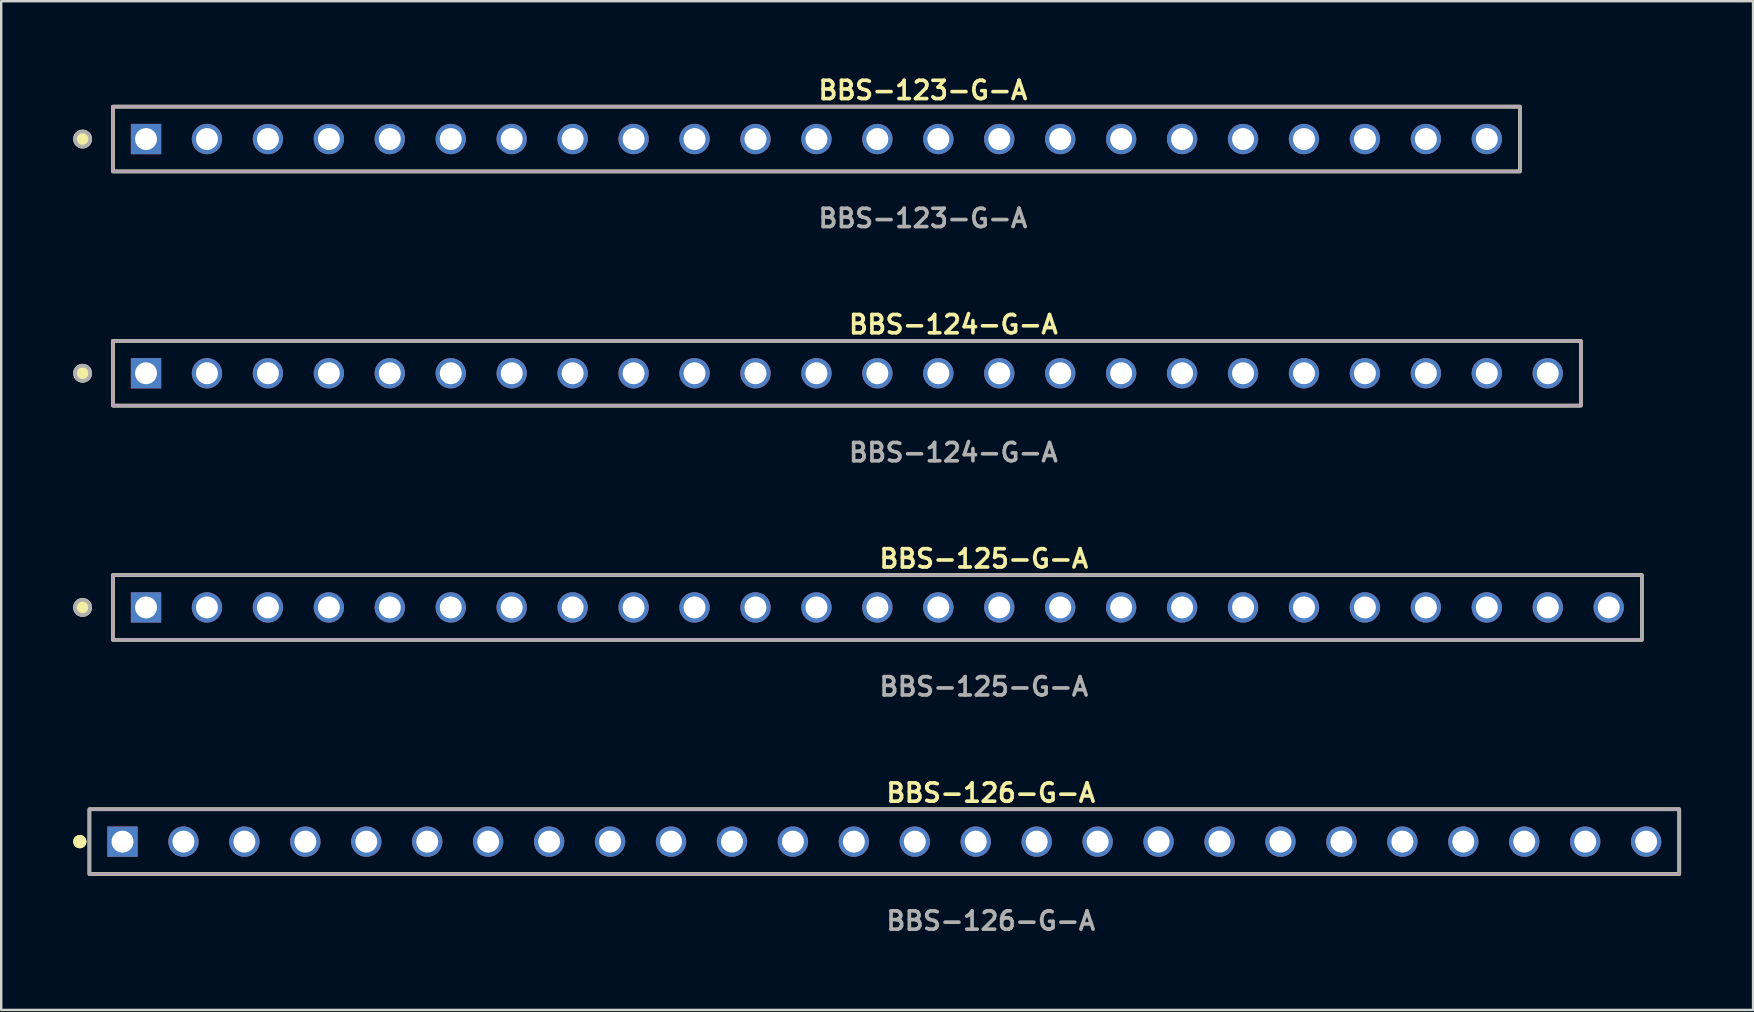
<source format=kicad_pcb>
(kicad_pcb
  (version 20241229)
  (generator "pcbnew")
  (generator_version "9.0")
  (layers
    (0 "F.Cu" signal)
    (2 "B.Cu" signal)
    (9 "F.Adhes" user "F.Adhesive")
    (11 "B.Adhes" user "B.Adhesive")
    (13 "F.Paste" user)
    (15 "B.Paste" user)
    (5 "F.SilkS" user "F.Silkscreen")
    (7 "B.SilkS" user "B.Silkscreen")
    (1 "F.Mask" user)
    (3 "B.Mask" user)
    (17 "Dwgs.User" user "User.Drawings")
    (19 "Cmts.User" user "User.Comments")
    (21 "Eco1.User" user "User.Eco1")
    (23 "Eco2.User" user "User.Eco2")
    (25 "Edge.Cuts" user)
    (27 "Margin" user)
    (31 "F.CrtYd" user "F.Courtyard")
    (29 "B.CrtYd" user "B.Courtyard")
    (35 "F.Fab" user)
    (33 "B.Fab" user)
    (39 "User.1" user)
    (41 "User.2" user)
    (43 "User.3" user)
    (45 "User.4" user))
  (footprint "BBS-126-G-A"
    (layer "F.Cu")
    (at 33.806 32.027)
    (property "Reference" "BBS-126-G-A" (at 0 -2.032 0) (unlocked yes) (layer "F.SilkS") (effects (font (size 0.762 0.762) (thickness 0.152)) (justify left)))
    (fp_rect (start -33.13 1.35) (end 33.13 -1.35) (stroke (width 0.152) (type solid)) (fill no) (layer "F.SilkS"))
    (fp_circle (center -33.53 0) (end -33.73 0) (stroke (width 0.152) (type solid)) (fill yes) (layer "F.SilkS"))
    (fp_circle (center -33.53 0) (end -33.73 0) (stroke (width 0.152) (type solid)) (fill yes) (layer "F.SilkS"))
    (fp_rect (start -33.13 1.35) (end 33.13 -1.35) (stroke (width 0.006) (type solid)) (fill no) (layer "F.CrtYd"))
    (fp_rect (start -33.13 1.35) (end 33.13 -1.35) (stroke (width 0.152) (type solid)) (fill no) (layer "F.Fab"))
    (fp_text user "${REFERENCE}" (at 0 3.302 0) (unlocked yes) (layer "F.Fab") (effects (font (size 0.762 0.762) (thickness 0.152)) (justify left)))
    (pad "1" thru_hole rect (at -31.75 0) (size 1.264 1.264) (drill 0.914) (layers "*.Cu" "*.Mask"))
    (pad "2" thru_hole circle (at -29.21 0) (size 1.264 1.264) (drill 0.914) (layers "*.Cu" "*.Mask"))
    (pad "3" thru_hole circle (at -26.67 0) (size 1.264 1.264) (drill 0.914) (layers "*.Cu" "*.Mask"))
    (pad "4" thru_hole circle (at -24.13 0) (size 1.264 1.264) (drill 0.914) (layers "*.Cu" "*.Mask"))
    (pad "5" thru_hole circle (at -21.59 0) (size 1.264 1.264) (drill 0.914) (layers "*.Cu" "*.Mask"))
    (pad "6" thru_hole circle (at -19.05 0) (size 1.264 1.264) (drill 0.914) (layers "*.Cu" "*.Mask"))
    (pad "7" thru_hole circle (at -16.51 0) (size 1.264 1.264) (drill 0.914) (layers "*.Cu" "*.Mask"))
    (pad "8" thru_hole circle (at -13.97 0) (size 1.264 1.264) (drill 0.914) (layers "*.Cu" "*.Mask"))
    (pad "9" thru_hole circle (at -11.43 0) (size 1.264 1.264) (drill 0.914) (layers "*.Cu" "*.Mask"))
    (pad "10" thru_hole circle (at -8.89 0) (size 1.264 1.264) (drill 0.914) (layers "*.Cu" "*.Mask"))
    (pad "11" thru_hole circle (at -6.35 0) (size 1.264 1.264) (drill 0.914) (layers "*.Cu" "*.Mask"))
    (pad "12" thru_hole circle (at -3.81 0) (size 1.264 1.264) (drill 0.914) (layers "*.Cu" "*.Mask"))
    (pad "13" thru_hole circle (at -1.27 0) (size 1.264 1.264) (drill 0.914) (layers "*.Cu" "*.Mask"))
    (pad "14" thru_hole circle (at 1.27 0) (size 1.264 1.264) (drill 0.914) (layers "*.Cu" "*.Mask"))
    (pad "15" thru_hole circle (at 3.81 0) (size 1.264 1.264) (drill 0.914) (layers "*.Cu" "*.Mask"))
    (pad "16" thru_hole circle (at 6.35 0) (size 1.264 1.264) (drill 0.914) (layers "*.Cu" "*.Mask"))
    (pad "17" thru_hole circle (at 8.89 0) (size 1.264 1.264) (drill 0.914) (layers "*.Cu" "*.Mask"))
    (pad "18" thru_hole circle (at 11.43 0) (size 1.264 1.264) (drill 0.914) (layers "*.Cu" "*.Mask"))
    (pad "19" thru_hole circle (at 13.97 0) (size 1.264 1.264) (drill 0.914) (layers "*.Cu" "*.Mask"))
    (pad "20" thru_hole circle (at 16.51 0) (size 1.264 1.264) (drill 0.914) (layers "*.Cu" "*.Mask"))
    (pad "21" thru_hole circle (at 19.05 0) (size 1.264 1.264) (drill 0.914) (layers "*.Cu" "*.Mask"))
    (pad "22" thru_hole circle (at 21.59 0) (size 1.264 1.264) (drill 0.914) (layers "*.Cu" "*.Mask"))
    (pad "23" thru_hole circle (at 24.13 0) (size 1.264 1.264) (drill 0.914) (layers "*.Cu" "*.Mask"))
    (pad "24" thru_hole circle (at 26.67 0) (size 1.264 1.264) (drill 0.914) (layers "*.Cu" "*.Mask"))
    (pad "25" thru_hole circle (at 29.21 0) (size 1.264 1.264) (drill 0.914) (layers "*.Cu" "*.Mask"))
    (pad "26" thru_hole circle (at 31.75 0) (size 1.264 1.264) (drill 0.914) (layers "*.Cu" "*.Mask")))
  (footprint "BBS-125-G-A"
    (layer "F.Cu")
    (at 33.516 22.266)
    (property "Reference" "BBS-125-G-A" (at 0 -2.032 0) (unlocked yes) (layer "F.SilkS") (effects (font (size 0.762 0.762) (thickness 0.152)) (justify left)))
    (fp_rect (start -31.86 1.35) (end 31.86 -1.35) (stroke (width 0.152) (type solid)) (fill no) (layer "F.SilkS"))
    (fp_circle (center -33.124 0) (end -33.44 0) (stroke (width 0.152) (type solid)) (fill yes) (layer "F.SilkS"))
    (fp_rect (start -31.86 1.35) (end 31.86 -1.35) (stroke (width 0.006) (type solid)) (fill no) (layer "F.CrtYd"))
    (fp_rect (start -31.86 1.35) (end 31.86 -1.35) (stroke (width 0.152) (type solid)) (fill no) (layer "F.Fab"))
    (fp_circle (center -33.124 0) (end -33.44 0) (stroke (width 0.152) (type solid)) (fill no) (layer "F.Fab"))
    (fp_text user "${REFERENCE}" (at 0 3.302 0) (unlocked yes) (layer "F.Fab") (effects (font (size 0.762 0.762) (thickness 0.152)) (justify left)))
    (pad "1" thru_hole rect (at -30.48 0) (size 1.264 1.264) (drill 0.914) (layers "*.Cu" "*.Mask"))
    (pad "2" thru_hole circle (at -27.94 0) (size 1.264 1.264) (drill 0.914) (layers "*.Cu" "*.Mask"))
    (pad "3" thru_hole circle (at -25.4 0) (size 1.264 1.264) (drill 0.914) (layers "*.Cu" "*.Mask"))
    (pad "4" thru_hole circle (at -22.86 0) (size 1.264 1.264) (drill 0.914) (layers "*.Cu" "*.Mask"))
    (pad "5" thru_hole circle (at -20.32 0) (size 1.264 1.264) (drill 0.914) (layers "*.Cu" "*.Mask"))
    (pad "6" thru_hole circle (at -17.78 0) (size 1.264 1.264) (drill 0.914) (layers "*.Cu" "*.Mask"))
    (pad "7" thru_hole circle (at -15.24 0) (size 1.264 1.264) (drill 0.914) (layers "*.Cu" "*.Mask"))
    (pad "8" thru_hole circle (at -12.7 0) (size 1.264 1.264) (drill 0.914) (layers "*.Cu" "*.Mask"))
    (pad "9" thru_hole circle (at -10.16 0) (size 1.264 1.264) (drill 0.914) (layers "*.Cu" "*.Mask"))
    (pad "10" thru_hole circle (at -7.62 0) (size 1.264 1.264) (drill 0.914) (layers "*.Cu" "*.Mask"))
    (pad "11" thru_hole circle (at -5.08 0) (size 1.264 1.264) (drill 0.914) (layers "*.Cu" "*.Mask"))
    (pad "12" thru_hole circle (at -2.54 0) (size 1.264 1.264) (drill 0.914) (layers "*.Cu" "*.Mask"))
    (pad "13" thru_hole circle (at 0 0) (size 1.264 1.264) (drill 0.914) (layers "*.Cu" "*.Mask"))
    (pad "14" thru_hole circle (at 2.54 0) (size 1.264 1.264) (drill 0.914) (layers "*.Cu" "*.Mask"))
    (pad "15" thru_hole circle (at 5.08 0) (size 1.264 1.264) (drill 0.914) (layers "*.Cu" "*.Mask"))
    (pad "16" thru_hole circle (at 7.62 0) (size 1.264 1.264) (drill 0.914) (layers "*.Cu" "*.Mask"))
    (pad "17" thru_hole circle (at 10.16 0) (size 1.264 1.264) (drill 0.914) (layers "*.Cu" "*.Mask"))
    (pad "18" thru_hole circle (at 12.7 0) (size 1.264 1.264) (drill 0.914) (layers "*.Cu" "*.Mask"))
    (pad "19" thru_hole circle (at 15.24 0) (size 1.264 1.264) (drill 0.914) (layers "*.Cu" "*.Mask"))
    (pad "20" thru_hole circle (at 17.78 0) (size 1.264 1.264) (drill 0.914) (layers "*.Cu" "*.Mask"))
    (pad "21" thru_hole circle (at 20.32 0) (size 1.264 1.264) (drill 0.914) (layers "*.Cu" "*.Mask"))
    (pad "22" thru_hole circle (at 22.86 0) (size 1.264 1.264) (drill 0.914) (layers "*.Cu" "*.Mask"))
    (pad "23" thru_hole circle (at 25.4 0) (size 1.264 1.264) (drill 0.914) (layers "*.Cu" "*.Mask"))
    (pad "24" thru_hole circle (at 27.94 0) (size 1.264 1.264) (drill 0.914) (layers "*.Cu" "*.Mask"))
    (pad "25" thru_hole circle (at 30.48 0) (size 1.264 1.264) (drill 0.914) (layers "*.Cu" "*.Mask")))
  (footprint "BBS-123-G-A"
    (layer "F.Cu")
    (at 30.976 2.745)
    (property "Reference" "BBS-123-G-A" (at 0 -2.032 0) (unlocked yes) (layer "F.SilkS") (effects (font (size 0.762 0.762) (thickness 0.152)) (justify left)))
    (fp_rect (start -29.32 1.35) (end 29.32 -1.35) (stroke (width 0.152) (type solid)) (fill no) (layer "F.SilkS"))
    (fp_circle (center -30.584 0) (end -30.9 0) (stroke (width 0.152) (type solid)) (fill yes) (layer "F.SilkS"))
    (fp_rect (start -29.32 1.35) (end 29.32 -1.35) (stroke (width 0.006) (type solid)) (fill no) (layer "F.CrtYd"))
    (fp_rect (start -29.32 1.35) (end 29.32 -1.35) (stroke (width 0.152) (type solid)) (fill no) (layer "F.Fab"))
    (fp_circle (center -30.584 0) (end -30.9 0) (stroke (width 0.152) (type solid)) (fill no) (layer "F.Fab"))
    (fp_text user "${REFERENCE}" (at 0 3.302 0) (unlocked yes) (layer "F.Fab") (effects (font (size 0.762 0.762) (thickness 0.152)) (justify left)))
    (pad "1" thru_hole rect (at -27.94 0) (size 1.264 1.264) (drill 0.914) (layers "*.Cu" "*.Mask"))
    (pad "2" thru_hole circle (at -25.4 0) (size 1.264 1.264) (drill 0.914) (layers "*.Cu" "*.Mask"))
    (pad "3" thru_hole circle (at -22.86 0) (size 1.264 1.264) (drill 0.914) (layers "*.Cu" "*.Mask"))
    (pad "4" thru_hole circle (at -20.32 0) (size 1.264 1.264) (drill 0.914) (layers "*.Cu" "*.Mask"))
    (pad "5" thru_hole circle (at -17.78 0) (size 1.264 1.264) (drill 0.914) (layers "*.Cu" "*.Mask"))
    (pad "6" thru_hole circle (at -15.24 0) (size 1.264 1.264) (drill 0.914) (layers "*.Cu" "*.Mask"))
    (pad "7" thru_hole circle (at -12.7 0) (size 1.264 1.264) (drill 0.914) (layers "*.Cu" "*.Mask"))
    (pad "8" thru_hole circle (at -10.16 0) (size 1.264 1.264) (drill 0.914) (layers "*.Cu" "*.Mask"))
    (pad "9" thru_hole circle (at -7.62 0) (size 1.264 1.264) (drill 0.914) (layers "*.Cu" "*.Mask"))
    (pad "10" thru_hole circle (at -5.08 0) (size 1.264 1.264) (drill 0.914) (layers "*.Cu" "*.Mask"))
    (pad "11" thru_hole circle (at -2.54 0) (size 1.264 1.264) (drill 0.914) (layers "*.Cu" "*.Mask"))
    (pad "12" thru_hole circle (at 0 0) (size 1.264 1.264) (drill 0.914) (layers "*.Cu" "*.Mask"))
    (pad "13" thru_hole circle (at 2.54 0) (size 1.264 1.264) (drill 0.914) (layers "*.Cu" "*.Mask"))
    (pad "14" thru_hole circle (at 5.08 0) (size 1.264 1.264) (drill 0.914) (layers "*.Cu" "*.Mask"))
    (pad "15" thru_hole circle (at 7.62 0) (size 1.264 1.264) (drill 0.914) (layers "*.Cu" "*.Mask"))
    (pad "16" thru_hole circle (at 10.16 0) (size 1.264 1.264) (drill 0.914) (layers "*.Cu" "*.Mask"))
    (pad "17" thru_hole circle (at 12.7 0) (size 1.264 1.264) (drill 0.914) (layers "*.Cu" "*.Mask"))
    (pad "18" thru_hole circle (at 15.24 0) (size 1.264 1.264) (drill 0.914) (layers "*.Cu" "*.Mask"))
    (pad "19" thru_hole circle (at 17.78 0) (size 1.264 1.264) (drill 0.914) (layers "*.Cu" "*.Mask"))
    (pad "20" thru_hole circle (at 20.32 0) (size 1.264 1.264) (drill 0.914) (layers "*.Cu" "*.Mask"))
    (pad "21" thru_hole circle (at 22.86 0) (size 1.264 1.264) (drill 0.914) (layers "*.Cu" "*.Mask"))
    (pad "22" thru_hole circle (at 25.4 0) (size 1.264 1.264) (drill 0.914) (layers "*.Cu" "*.Mask"))
    (pad "23" thru_hole circle (at 27.94 0) (size 1.264 1.264) (drill 0.914) (layers "*.Cu" "*.Mask")))
  (footprint "BBS-124-G-A"
    (layer "F.Cu")
    (at 32.246 12.506)
    (property "Reference" "BBS-124-G-A" (at 0 -2.032 0) (unlocked yes) (layer "F.SilkS") (effects (font (size 0.762 0.762) (thickness 0.152)) (justify left)))
    (fp_rect (start -30.59 1.35) (end 30.59 -1.35) (stroke (width 0.152) (type solid)) (fill no) (layer "F.SilkS"))
    (fp_circle (center -31.854 0) (end -32.17 0) (stroke (width 0.152) (type solid)) (fill yes) (layer "F.SilkS"))
    (fp_rect (start -30.59 1.35) (end 30.59 -1.35) (stroke (width 0.006) (type solid)) (fill no) (layer "F.CrtYd"))
    (fp_rect (start -30.59 1.35) (end 30.59 -1.35) (stroke (width 0.152) (type solid)) (fill no) (layer "F.Fab"))
    (fp_circle (center -31.854 0) (end -32.17 0) (stroke (width 0.152) (type solid)) (fill no) (layer "F.Fab"))
    (fp_text user "${REFERENCE}" (at 0 3.302 0) (unlocked yes) (layer "F.Fab") (effects (font (size 0.762 0.762) (thickness 0.152)) (justify left)))
    (pad "1" thru_hole rect (at -29.21 0) (size 1.264 1.264) (drill 0.914) (layers "*.Cu" "*.Mask"))
    (pad "2" thru_hole circle (at -26.67 0) (size 1.264 1.264) (drill 0.914) (layers "*.Cu" "*.Mask"))
    (pad "3" thru_hole circle (at -24.13 0) (size 1.264 1.264) (drill 0.914) (layers "*.Cu" "*.Mask"))
    (pad "4" thru_hole circle (at -21.59 0) (size 1.264 1.264) (drill 0.914) (layers "*.Cu" "*.Mask"))
    (pad "5" thru_hole circle (at -19.05 0) (size 1.264 1.264) (drill 0.914) (layers "*.Cu" "*.Mask"))
    (pad "6" thru_hole circle (at -16.51 0) (size 1.264 1.264) (drill 0.914) (layers "*.Cu" "*.Mask"))
    (pad "7" thru_hole circle (at -13.97 0) (size 1.264 1.264) (drill 0.914) (layers "*.Cu" "*.Mask"))
    (pad "8" thru_hole circle (at -11.43 0) (size 1.264 1.264) (drill 0.914) (layers "*.Cu" "*.Mask"))
    (pad "9" thru_hole circle (at -8.89 0) (size 1.264 1.264) (drill 0.914) (layers "*.Cu" "*.Mask"))
    (pad "10" thru_hole circle (at -6.35 0) (size 1.264 1.264) (drill 0.914) (layers "*.Cu" "*.Mask"))
    (pad "11" thru_hole circle (at -3.81 0) (size 1.264 1.264) (drill 0.914) (layers "*.Cu" "*.Mask"))
    (pad "12" thru_hole circle (at -1.27 0) (size 1.264 1.264) (drill 0.914) (layers "*.Cu" "*.Mask"))
    (pad "13" thru_hole circle (at 1.27 0) (size 1.264 1.264) (drill 0.914) (layers "*.Cu" "*.Mask"))
    (pad "14" thru_hole circle (at 3.81 0) (size 1.264 1.264) (drill 0.914) (layers "*.Cu" "*.Mask"))
    (pad "15" thru_hole circle (at 6.35 0) (size 1.264 1.264) (drill 0.914) (layers "*.Cu" "*.Mask"))
    (pad "16" thru_hole circle (at 8.89 0) (size 1.264 1.264) (drill 0.914) (layers "*.Cu" "*.Mask"))
    (pad "17" thru_hole circle (at 11.43 0) (size 1.264 1.264) (drill 0.914) (layers "*.Cu" "*.Mask"))
    (pad "18" thru_hole circle (at 13.97 0) (size 1.264 1.264) (drill 0.914) (layers "*.Cu" "*.Mask"))
    (pad "19" thru_hole circle (at 16.51 0) (size 1.264 1.264) (drill 0.914) (layers "*.Cu" "*.Mask"))
    (pad "20" thru_hole circle (at 19.05 0) (size 1.264 1.264) (drill 0.914) (layers "*.Cu" "*.Mask"))
    (pad "21" thru_hole circle (at 21.59 0) (size 1.264 1.264) (drill 0.914) (layers "*.Cu" "*.Mask"))
    (pad "22" thru_hole circle (at 24.13 0) (size 1.264 1.264) (drill 0.914) (layers "*.Cu" "*.Mask"))
    (pad "23" thru_hole circle (at 26.67 0) (size 1.264 1.264) (drill 0.914) (layers "*.Cu" "*.Mask"))
    (pad "24" thru_hole circle (at 29.21 0) (size 1.264 1.264) (drill 0.914) (layers "*.Cu" "*.Mask")))
  (gr_rect
    (start -3 -3)
    (end 70.012 39.042)
    (stroke (width 0.1) (type default))
    (fill no)
    (layer "Edge.Cuts")))
</source>
